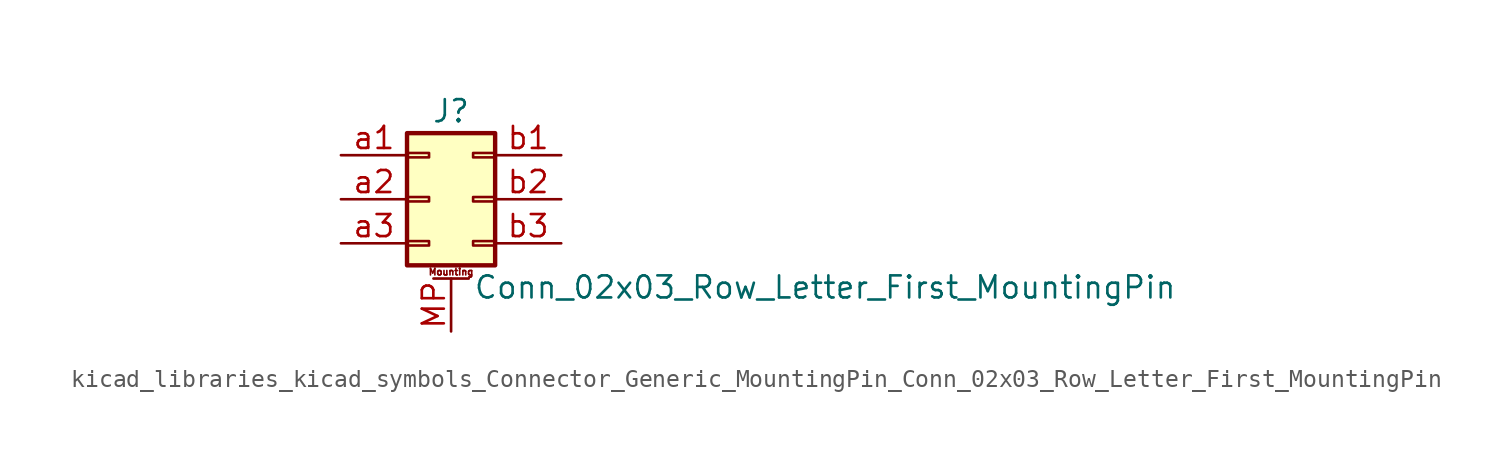
<source format=kicad_sym>
(kicad_symbol_lib
  (version 20220914)
  (generator kicad_symbol_editor)
  (symbol "kicad_libraries_kicad_symbols_Connector_Generic_MountingPin_Conn_02x03_Row_Letter_First_MountingPin"
    (pin_names
      (offset 1.016) hide)
    (property "Reference" "J"
      (at 1.27 5.08 0)
      (effects (font (size 1.27 1.27))))
    (property "Value" "Conn_02x03_Row_Letter_First_MountingPin"
      (at 2.54 -5.08 0)
      (effects (font (size 1.27 1.27)) (justify left)))
    (symbol "kicad_libraries_kicad_symbols_Connector_Generic_MountingPin_Conn_02x03_Row_Letter_First_MountingPin_1_1"
      (rectangle (start -1.27 -2.413) (end 0 -2.667) (stroke (width 0.152) (type default)) (fill (type none)))
      (rectangle (start -1.27 0.127) (end 0 -0.127) (stroke (width 0.152) (type default)) (fill (type none)))
      (rectangle (start -1.27 2.667) (end 0 2.413) (stroke (width 0.152) (type default)) (fill (type none)))
      (rectangle (start -1.27 3.81) (end 3.81 -3.81) (stroke (width 0.254) (type default)) (fill (type background)))
      (polyline (pts (xy 0.254 -4.572) (xy 2.286 -4.572)) (stroke (width 0.152) (type default)) (fill (type none)))
      (rectangle (start 3.81 -2.413) (end 2.54 -2.667) (stroke (width 0.152) (type default)) (fill (type none)))
      (rectangle (start 3.81 0.127) (end 2.54 -0.127) (stroke (width 0.152) (type default)) (fill (type none)))
      (rectangle (start 3.81 2.667) (end 2.54 2.413) (stroke (width 0.152) (type default)) (fill (type none)))
      (text "Mounting" (at 1.27 -4.191 0) (effects (font (size 0.381 0.381))))
      (pin passive line (at 1.27 -7.62 90) (length 3.048) (name "MountPin" (effects (font (size 1.27 1.27)))) (number "MP" (effects (font (size 1.27 1.27)))))
      (pin passive line (at -5.08 2.54 0) (length 3.81) (name "Pin_a1" (effects (font (size 1.27 1.27)))) (number "a1" (effects (font (size 1.27 1.27)))))
      (pin passive line (at -5.08 0 0) (length 3.81) (name "Pin_a2" (effects (font (size 1.27 1.27)))) (number "a2" (effects (font (size 1.27 1.27)))))
      (pin passive line (at -5.08 -2.54 0) (length 3.81) (name "Pin_a3" (effects (font (size 1.27 1.27)))) (number "a3" (effects (font (size 1.27 1.27)))))
      (pin passive line (at 7.62 2.54 180) (length 3.81) (name "Pin_b1" (effects (font (size 1.27 1.27)))) (number "b1" (effects (font (size 1.27 1.27)))))
      (pin passive line (at 7.62 0 180) (length 3.81) (name "Pin_b2" (effects (font (size 1.27 1.27)))) (number "b2" (effects (font (size 1.27 1.27)))))
      (pin passive line (at 7.62 -2.54 180) (length 3.81) (name "Pin_b3" (effects (font (size 1.27 1.27)))) (number "b3" (effects (font (size 1.27 1.27))))))))
</source>
